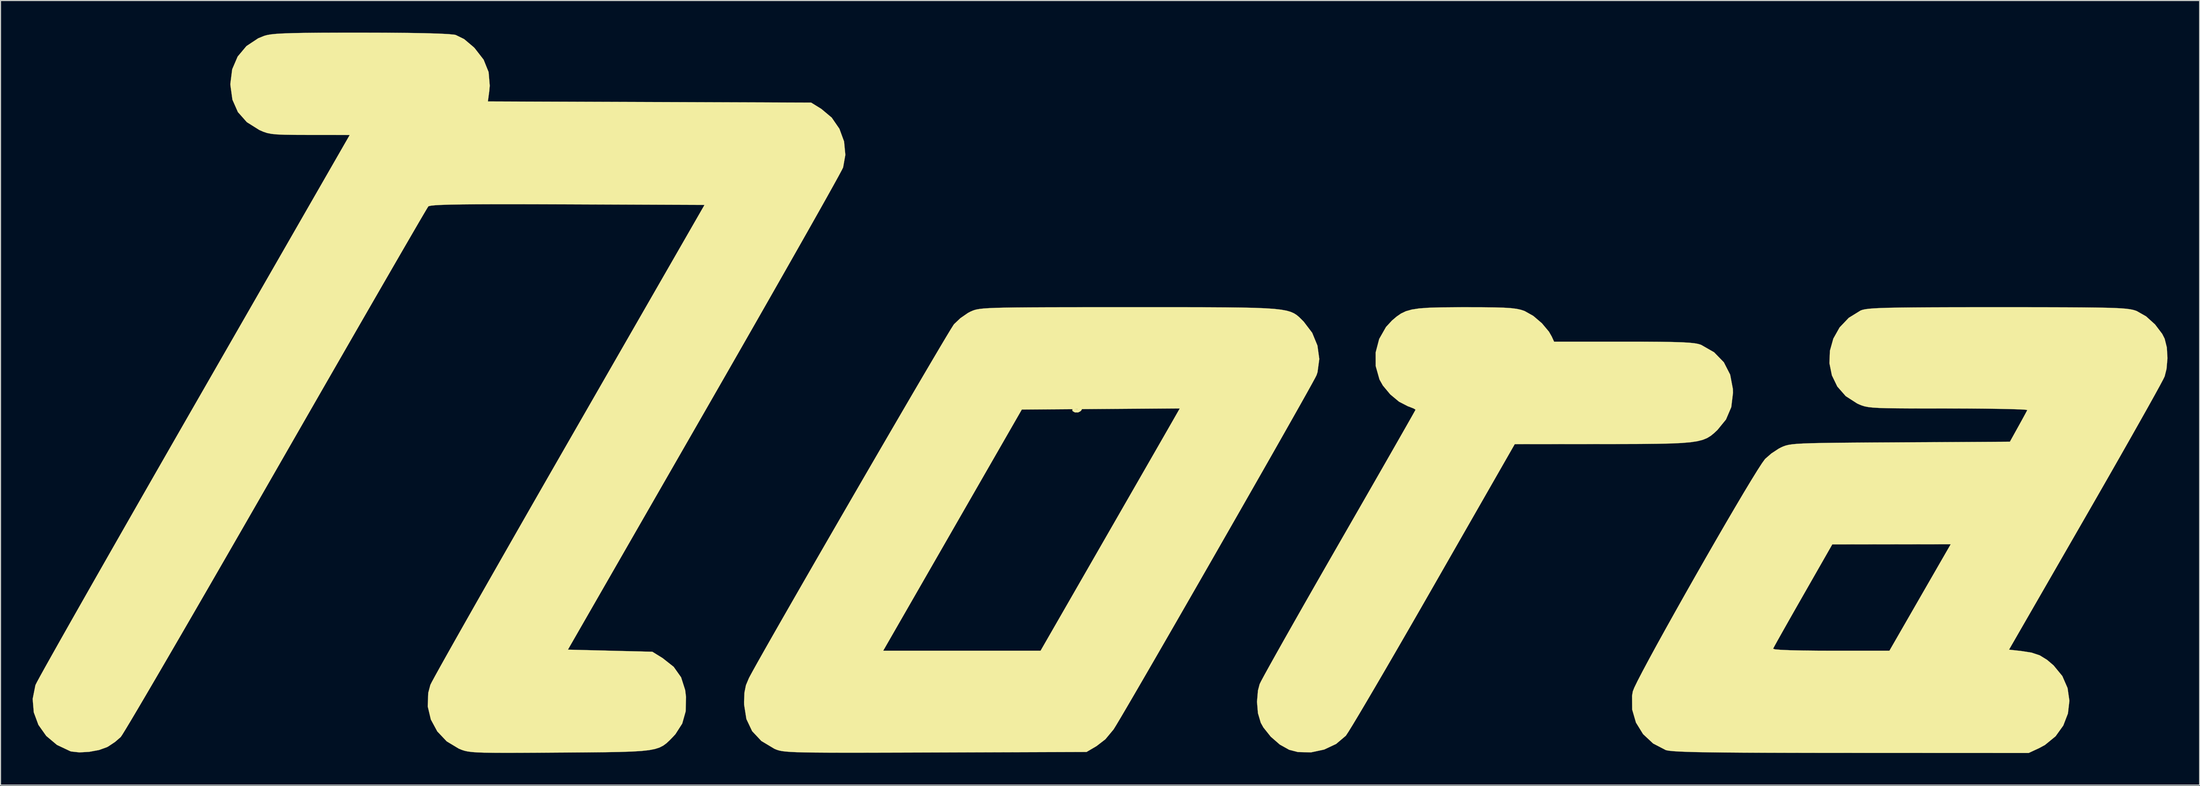
<source format=kicad_pcb>
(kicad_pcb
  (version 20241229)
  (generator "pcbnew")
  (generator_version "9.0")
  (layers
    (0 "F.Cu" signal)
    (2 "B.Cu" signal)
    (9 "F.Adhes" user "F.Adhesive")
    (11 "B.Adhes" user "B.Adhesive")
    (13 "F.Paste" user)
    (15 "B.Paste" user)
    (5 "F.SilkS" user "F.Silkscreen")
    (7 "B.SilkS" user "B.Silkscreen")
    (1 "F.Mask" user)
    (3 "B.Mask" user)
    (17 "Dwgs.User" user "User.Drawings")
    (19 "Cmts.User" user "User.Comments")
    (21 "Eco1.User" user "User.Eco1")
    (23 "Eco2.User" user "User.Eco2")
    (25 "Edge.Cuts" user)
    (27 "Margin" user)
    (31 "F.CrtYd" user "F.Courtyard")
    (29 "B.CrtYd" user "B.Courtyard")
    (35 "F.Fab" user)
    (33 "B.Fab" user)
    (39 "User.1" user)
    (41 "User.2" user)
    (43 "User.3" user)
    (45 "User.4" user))
  (footprint "Nora_logo_H70.7mm"
    (layer "F.Cu")
    (at 100.038 34.196)
    (property "Reference" "Nora_logo_H70.7mm" (at 0 0 0) (layer "F.SilkS") (effects (font (size 1.524 1.524) (thickness 0.3))))
    (attr through_hole)
    (fp_poly (pts (xy 35.505 -8.496) (xy 36.678 -8.483) (xy 37.573 -8.456) (xy 38.247 -8.413) (xy 38.755 -8.35) (xy 39.153 -8.263) (xy 39.499 -8.148) (xy 39.504 -8.146) (xy 40.319 -7.688) (xy 41.126 -6.999) (xy 41.785 -6.212) (xy 42.048 -5.753) (xy 42.266 -5.275) (xy 48.786 -5.275) (xy 50.624 -5.273) (xy 52.112 -5.264) (xy 53.292 -5.246) (xy 54.205 -5.219) (xy 54.893 -5.18) (xy 55.397 -5.128) (xy 55.759 -5.061) (xy 56.019 -4.978) (xy 56.022 -4.976) (xy 57.236 -4.28) (xy 58.145 -3.344) (xy 58.735 -2.19) (xy 58.99 -0.843) (xy 59 -0.488) (xy 58.838 0.852) (xy 58.343 2.009) (xy 57.548 2.983) (xy 57.227 3.285) (xy 56.916 3.537) (xy 56.578 3.744) (xy 56.176 3.909) (xy 55.672 4.038) (xy 55.029 4.135) (xy 54.209 4.205) (xy 53.175 4.252) (xy 51.89 4.281) (xy 50.316 4.297) (xy 48.416 4.303) (xy 46.809 4.305) (xy 38.588 4.312) (xy 30.968 17.63) (xy 29.757 19.743) (xy 28.59 21.77) (xy 27.485 23.682) (xy 26.457 25.453) (xy 25.522 27.054) (xy 24.696 28.46) (xy 23.996 29.642) (xy 23.437 30.572) (xy 23.035 31.224) (xy 22.807 31.571) (xy 22.781 31.604) (xy 21.882 32.365) (xy 20.764 32.891) (xy 19.534 33.154) (xy 18.305 33.126) (xy 17.489 32.915) (xy 16.612 32.425) (xy 15.763 31.685) (xy 15.074 30.821) (xy 14.83 30.382) (xy 14.567 29.487) (xy 14.478 28.42) (xy 14.568 27.363) (xy 14.725 26.768) (xy 14.862 26.489) (xy 15.178 25.901) (xy 15.658 25.031) (xy 16.285 23.908) (xy 17.043 22.56) (xy 17.918 21.015) (xy 18.891 19.302) (xy 19.948 17.45) (xy 21.073 15.486) (xy 22.141 13.626) (xy 23.304 11.603) (xy 24.409 9.68) (xy 25.439 7.884) (xy 26.381 6.24) (xy 27.218 4.777) (xy 27.936 3.519) (xy 28.519 2.495) (xy 28.952 1.731) (xy 29.22 1.253) (xy 29.308 1.088) (xy 29.142 0.982) (xy 28.731 0.818) (xy 28.598 0.773) (xy 27.763 0.342) (xy 26.94 -0.344) (xy 26.254 -1.167) (xy 25.935 -1.733) (xy 25.583 -2.984) (xy 25.579 -4.278) (xy 25.906 -5.529) (xy 26.544 -6.65) (xy 27.102 -7.254) (xy 27.533 -7.622) (xy 27.949 -7.91) (xy 28.406 -8.127) (xy 28.957 -8.283) (xy 29.656 -8.389) (xy 30.558 -8.453) (xy 31.717 -8.486) (xy 33.187 -8.498) (xy 33.997 -8.499) (xy 35.505 -8.496)) (stroke (width 0.01) (type solid)) (fill yes) (layer "F.SilkS"))
    (fp_poly (pts (xy 7.712 -8.499) (xy 9.782 -8.495) (xy 11.544 -8.485) (xy 13.028 -8.468) (xy 14.26 -8.44) (xy 15.269 -8.399) (xy 16.083 -8.344) (xy 16.73 -8.271) (xy 17.236 -8.179) (xy 17.632 -8.065) (xy 17.943 -7.927) (xy 18.199 -7.762) (xy 18.427 -7.568) (xy 18.656 -7.343) (xy 18.854 -7.142) (xy 19.641 -6.107) (xy 20.132 -4.914) (xy 20.306 -3.656) (xy 20.141 -2.423) (xy 20.052 -2.149) (xy 19.923 -1.892) (xy 19.615 -1.326) (xy 19.145 -0.479) (xy 18.529 0.62) (xy 17.783 1.942) (xy 16.925 3.458) (xy 15.971 5.14) (xy 14.936 6.958) (xy 13.838 8.883) (xy 12.694 10.888) (xy 11.519 12.942) (xy 10.331 15.018) (xy 9.145 17.086) (xy 7.978 19.117) (xy 6.848 21.083) (xy 5.769 22.955) (xy 4.76 24.703) (xy 3.835 26.3) (xy 3.013 27.716) (xy 2.309 28.922) (xy 1.74 29.89) (xy 1.322 30.591) (xy 1.073 30.995) (xy 1.066 31.006) (xy 0.295 31.932) (xy -0.532 32.569) (xy -1.465 33.118) (xy -15.631 33.165) (xy -18.324 33.174) (xy -20.654 33.18) (xy -22.65 33.184) (xy -24.339 33.184) (xy -25.751 33.18) (xy -26.913 33.172) (xy -27.853 33.157) (xy -28.599 33.137) (xy -29.18 33.11) (xy -29.624 33.075) (xy -29.959 33.033) (xy -30.213 32.981) (xy -30.414 32.92) (xy -30.591 32.849) (xy -30.675 32.811) (xy -31.876 32.091) (xy -32.741 31.17) (xy -33.278 30.039) (xy -33.492 28.689) (xy -33.496 28.428) (xy -33.459 27.546) (xy -33.321 26.866) (xy -33.042 26.203) (xy -32.98 26.084) (xy -32.67 25.513) (xy -32.196 24.662) (xy -31.62 23.642) (xy -20.481 23.642) (xy -5.764 23.642) (xy 0.098 13.442) (xy 1.17 11.577) (xy 2.2 9.784) (xy 3.169 8.097) (xy 4.058 6.55) (xy 4.847 5.176) (xy 5.517 4.009) (xy 6.048 3.083) (xy 6.421 2.432) (xy 6.607 2.108) (xy 7.255 0.972) (xy -0.131 1.023) (xy -7.517 1.075) (xy -10.659 6.545) (xy -11.603 8.188) (xy -12.68 10.063) (xy -13.829 12.063) (xy -14.988 14.082) (xy -16.097 16.011) (xy -17.093 17.745) (xy -17.141 17.829) (xy -20.481 23.642) (xy -31.62 23.642) (xy -31.574 23.56) (xy -30.821 22.235) (xy -29.954 20.717) (xy -28.989 19.033) (xy -27.944 17.214) (xy -26.834 15.287) (xy -25.677 13.282) (xy -24.49 11.227) (xy -23.288 9.151) (xy -22.089 7.082) (xy -20.909 5.051) (xy -19.765 3.085) (xy -18.674 1.213) (xy -17.653 -0.536) (xy -16.717 -2.132) (xy -15.884 -3.548) (xy -15.171 -4.755) (xy -14.594 -5.724) (xy -14.17 -6.425) (xy -13.915 -6.83) (xy -13.857 -6.913) (xy -13.266 -7.474) (xy -12.554 -7.966) (xy -12.326 -8.085) (xy -12.148 -8.164) (xy -11.963 -8.233) (xy -11.741 -8.291) (xy -11.456 -8.34) (xy -11.077 -8.381) (xy -10.577 -8.414) (xy -9.928 -8.44) (xy -9.101 -8.461) (xy -8.067 -8.476) (xy -6.798 -8.486) (xy -5.266 -8.493) (xy -3.443 -8.497) (xy -1.299 -8.499) (xy 1.193 -8.499) (xy 2.54 -8.499) (xy 5.307 -8.5) (xy 7.712 -8.499)) (stroke (width 0.01) (type solid)) (fill yes) (layer "F.SilkS"))
    (fp_poly (pts (xy 86.214 -8.499) (xy 88.346 -8.496) (xy 90.148 -8.491) (xy 91.653 -8.482) (xy 92.889 -8.469) (xy 93.889 -8.451) (xy 94.683 -8.427) (xy 95.301 -8.396) (xy 95.776 -8.357) (xy 96.136 -8.31) (xy 96.414 -8.254) (xy 96.639 -8.187) (xy 96.752 -8.146) (xy 97.635 -7.644) (xy 98.474 -6.888) (xy 99.142 -6.006) (xy 99.372 -5.553) (xy 99.576 -4.738) (xy 99.635 -3.736) (xy 99.548 -2.725) (xy 99.373 -2.027) (xy 99.232 -1.736) (xy 98.912 -1.136) (xy 98.428 -0.255) (xy 97.797 0.879) (xy 97.034 2.236) (xy 96.157 3.789) (xy 95.181 5.508) (xy 94.122 7.365) (xy 92.996 9.331) (xy 91.958 11.137) (xy 84.816 23.544) (xy 85.93 23.666) (xy 86.927 23.82) (xy 87.69 24.075) (xy 88.374 24.497) (xy 88.982 25.015) (xy 89.802 26.012) (xy 90.292 27.136) (xy 90.463 28.324) (xy 90.326 29.515) (xy 89.892 30.643) (xy 89.172 31.647) (xy 88.177 32.462) (xy 87.641 32.752) (xy 86.653 33.212) (xy 70.045 33.205) (xy 66.998 33.203) (xy 64.319 33.198) (xy 61.985 33.191) (xy 59.973 33.181) (xy 58.261 33.168) (xy 56.827 33.151) (xy 55.647 33.131) (xy 54.698 33.106) (xy 53.959 33.076) (xy 53.406 33.041) (xy 53.016 33.001) (xy 52.767 32.956) (xy 52.705 32.937) (xy 51.527 32.324) (xy 50.588 31.447) (xy 49.923 30.368) (xy 49.568 29.149) (xy 49.557 27.855) (xy 49.63 27.441) (xy 49.767 27.094) (xy 50.082 26.448) (xy 50.553 25.54) (xy 51.159 24.406) (xy 51.676 23.456) (xy 62.751 23.456) (xy 62.921 23.512) (xy 63.454 23.559) (xy 64.324 23.596) (xy 65.503 23.623) (xy 66.964 23.638) (xy 68.157 23.642) (xy 73.628 23.642) (xy 76.016 19.49) (xy 76.709 18.285) (xy 77.364 17.147) (xy 77.947 16.135) (xy 78.423 15.307) (xy 78.76 14.723) (xy 78.884 14.507) (xy 79.363 13.677) (xy 68.287 13.692) (xy 65.552 18.482) (xy 64.841 19.728) (xy 64.195 20.866) (xy 63.638 21.852) (xy 63.195 22.641) (xy 62.893 23.187) (xy 62.756 23.445) (xy 62.751 23.456) (xy 51.676 23.456) (xy 51.878 23.085) (xy 52.691 21.613) (xy 53.576 20.028) (xy 54.51 18.366) (xy 55.475 16.664) (xy 56.447 14.961) (xy 57.407 13.293) (xy 58.332 11.696) (xy 59.203 10.21) (xy 59.996 8.869) (xy 60.693 7.713) (xy 61.271 6.777) (xy 61.708 6.1) (xy 61.985 5.717) (xy 62.009 5.69) (xy 62.584 5.188) (xy 63.281 4.729) (xy 63.5 4.616) (xy 63.705 4.524) (xy 63.921 4.447) (xy 64.181 4.382) (xy 64.521 4.329) (xy 64.974 4.286) (xy 65.573 4.252) (xy 66.352 4.225) (xy 67.346 4.204) (xy 68.589 4.186) (xy 70.113 4.172) (xy 71.954 4.159) (xy 74.145 4.147) (xy 74.637 4.144) (xy 84.896 4.087) (xy 85.677 2.68) (xy 86.046 2.011) (xy 86.338 1.475) (xy 86.505 1.161) (xy 86.523 1.125) (xy 86.349 1.092) (xy 85.827 1.061) (xy 84.997 1.034) (xy 83.902 1.011) (xy 82.583 0.993) (xy 81.082 0.981) (xy 79.441 0.975) (xy 79.098 0.975) (xy 77.191 0.974) (xy 75.634 0.971) (xy 74.384 0.963) (xy 73.402 0.949) (xy 72.645 0.926) (xy 72.072 0.891) (xy 71.642 0.843) (xy 71.313 0.779) (xy 71.045 0.696) (xy 70.796 0.594) (xy 70.609 0.508) (xy 69.541 -0.18) (xy 68.755 -1.076) (xy 68.248 -2.123) (xy 68.018 -3.259) (xy 68.063 -4.425) (xy 68.381 -5.561) (xy 68.969 -6.609) (xy 69.825 -7.508) (xy 70.925 -8.187) (xy 71.101 -8.252) (xy 71.346 -8.307) (xy 71.689 -8.353) (xy 72.16 -8.392) (xy 72.788 -8.423) (xy 73.603 -8.448) (xy 74.635 -8.467) (xy 75.913 -8.48) (xy 77.467 -8.49) (xy 79.327 -8.496) (xy 81.522 -8.499) (xy 83.722 -8.499) (xy 86.214 -8.499)) (stroke (width 0.01) (type solid)) (fill yes) (layer "F.SilkS"))
    (fp_poly (pts (xy -69.376 -34.191) (xy -67.058 -34.185) (xy -65.065 -34.169) (xy -63.409 -34.142) (xy -62.102 -34.104) (xy -61.156 -34.057) (xy -60.585 -34) (xy -60.472 -33.977) (xy -59.675 -33.587) (xy -58.779 -32.829) (xy -58.691 -32.74) (xy -57.854 -31.662) (xy -57.389 -30.507) (xy -57.281 -29.226) (xy -57.328 -28.71) (xy -57.456 -27.752) (xy -27.225 -27.647) (xy -26.269 -27.056) (xy -25.296 -26.24) (xy -24.577 -25.195) (xy -24.141 -24.006) (xy -24.022 -22.755) (xy -24.23 -21.583) (xy -24.356 -21.326) (xy -24.665 -20.751) (xy -25.146 -19.879) (xy -25.786 -18.73) (xy -26.575 -17.325) (xy -27.501 -15.685) (xy -28.551 -13.831) (xy -29.714 -11.783) (xy -30.979 -9.561) (xy -32.333 -7.187) (xy -33.765 -4.681) (xy -35.264 -2.064) (xy -36.817 0.643) (xy -37.221 1.347) (xy -49.971 23.544) (xy -46.022 23.642) (xy -42.073 23.739) (xy -41.115 24.332) (xy -40.078 25.15) (xy -39.384 26.13) (xy -39.004 27.319) (xy -38.925 27.963) (xy -38.957 29.32) (xy -39.278 30.459) (xy -39.91 31.446) (xy -40.137 31.695) (xy -40.456 32.023) (xy -40.748 32.296) (xy -41.049 32.519) (xy -41.396 32.699) (xy -41.828 32.839) (xy -42.381 32.946) (xy -43.094 33.024) (xy -44.004 33.079) (xy -45.148 33.116) (xy -46.564 33.141) (xy -48.289 33.157) (xy -50.362 33.172) (xy -50.746 33.174) (xy -52.784 33.188) (xy -54.47 33.196) (xy -55.842 33.199) (xy -56.939 33.194) (xy -57.799 33.181) (xy -58.46 33.157) (xy -58.961 33.12) (xy -59.34 33.071) (xy -59.636 33.006) (xy -59.887 32.925) (xy -60.132 32.826) (xy -60.18 32.805) (xy -61.309 32.124) (xy -62.189 31.194) (xy -62.79 30.083) (xy -63.082 28.858) (xy -63.036 27.587) (xy -62.838 26.841) (xy -62.708 26.581) (xy -62.395 26.003) (xy -61.911 25.127) (xy -61.267 23.976) (xy -60.475 22.569) (xy -59.546 20.927) (xy -58.494 19.071) (xy -57.328 17.022) (xy -56.062 14.801) (xy -54.707 12.427) (xy -53.275 9.923) (xy -51.777 7.309) (xy -50.225 4.605) (xy -49.88 4.005) (xy -37.195 -18.073) (xy -49.997 -18.123) (xy -52.66 -18.132) (xy -54.956 -18.137) (xy -56.909 -18.136) (xy -58.542 -18.13) (xy -59.88 -18.118) (xy -60.947 -18.1) (xy -61.765 -18.075) (xy -62.36 -18.044) (xy -62.754 -18.005) (xy -62.972 -17.959) (xy -63.028 -17.928) (xy -63.15 -17.733) (xy -63.456 -17.217) (xy -63.934 -16.401) (xy -64.572 -15.303) (xy -65.361 -13.943) (xy -66.288 -12.34) (xy -67.344 -10.512) (xy -68.516 -8.48) (xy -69.794 -6.262) (xy -71.166 -3.877) (xy -72.623 -1.345) (xy -74.151 1.315) (xy -75.741 4.085) (xy -77.265 6.741) (xy -78.907 9.601) (xy -80.502 12.374) (xy -82.038 15.04) (xy -83.503 17.579) (xy -84.887 19.973) (xy -86.178 22.201) (xy -87.365 24.243) (xy -88.436 26.082) (xy -89.381 27.696) (xy -90.187 29.067) (xy -90.843 30.174) (xy -91.339 30.999) (xy -91.662 31.522) (xy -91.797 31.719) (xy -92.326 32.178) (xy -92.964 32.602) (xy -93.087 32.669) (xy -93.829 32.935) (xy -94.742 33.104) (xy -95.659 33.156) (xy -96.414 33.075) (xy -96.521 33.044) (xy -97.762 32.457) (xy -98.763 31.616) (xy -99.496 30.581) (xy -99.929 29.408) (xy -100.033 28.153) (xy -99.778 26.875) (xy -99.766 26.841) (xy -99.639 26.587) (xy -99.328 26.013) (xy -98.844 25.139) (xy -98.197 23.985) (xy -97.4 22.569) (xy -96.462 20.91) (xy -95.395 19.029) (xy -94.209 16.943) (xy -92.916 14.674) (xy -91.527 12.239) (xy -90.052 9.658) (xy -88.503 6.95) (xy -86.89 4.135) (xy -85.224 1.232) (xy -84.937 0.733) (xy -70.378 -24.618) (xy -74.119 -24.62) (xy -75.431 -24.624) (xy -76.419 -24.637) (xy -77.149 -24.665) (xy -77.686 -24.717) (xy -78.099 -24.797) (xy -78.451 -24.914) (xy -78.811 -25.072) (xy -78.838 -25.084) (xy -80.002 -25.816) (xy -80.838 -26.759) (xy -81.35 -27.918) (xy -81.541 -29.3) (xy -81.542 -29.415) (xy -81.371 -30.767) (xy -80.86 -31.955) (xy -80.04 -32.934) (xy -78.942 -33.662) (xy -78.374 -33.894) (xy -78.096 -33.97) (xy -77.725 -34.032) (xy -77.223 -34.082) (xy -76.554 -34.12) (xy -75.679 -34.149) (xy -74.563 -34.17) (xy -73.168 -34.183) (xy -71.456 -34.189) (xy -69.391 -34.191) (xy -69.376 -34.191)) (stroke (width 0.01) (type solid)) (fill yes) (layer "F.SilkS")))
  (gr_rect
    (start -3 -3)
    (end 202.678 70.413)
    (stroke (width 0.1) (type default))
    (fill no)
    (layer "Edge.Cuts")))
</source>
